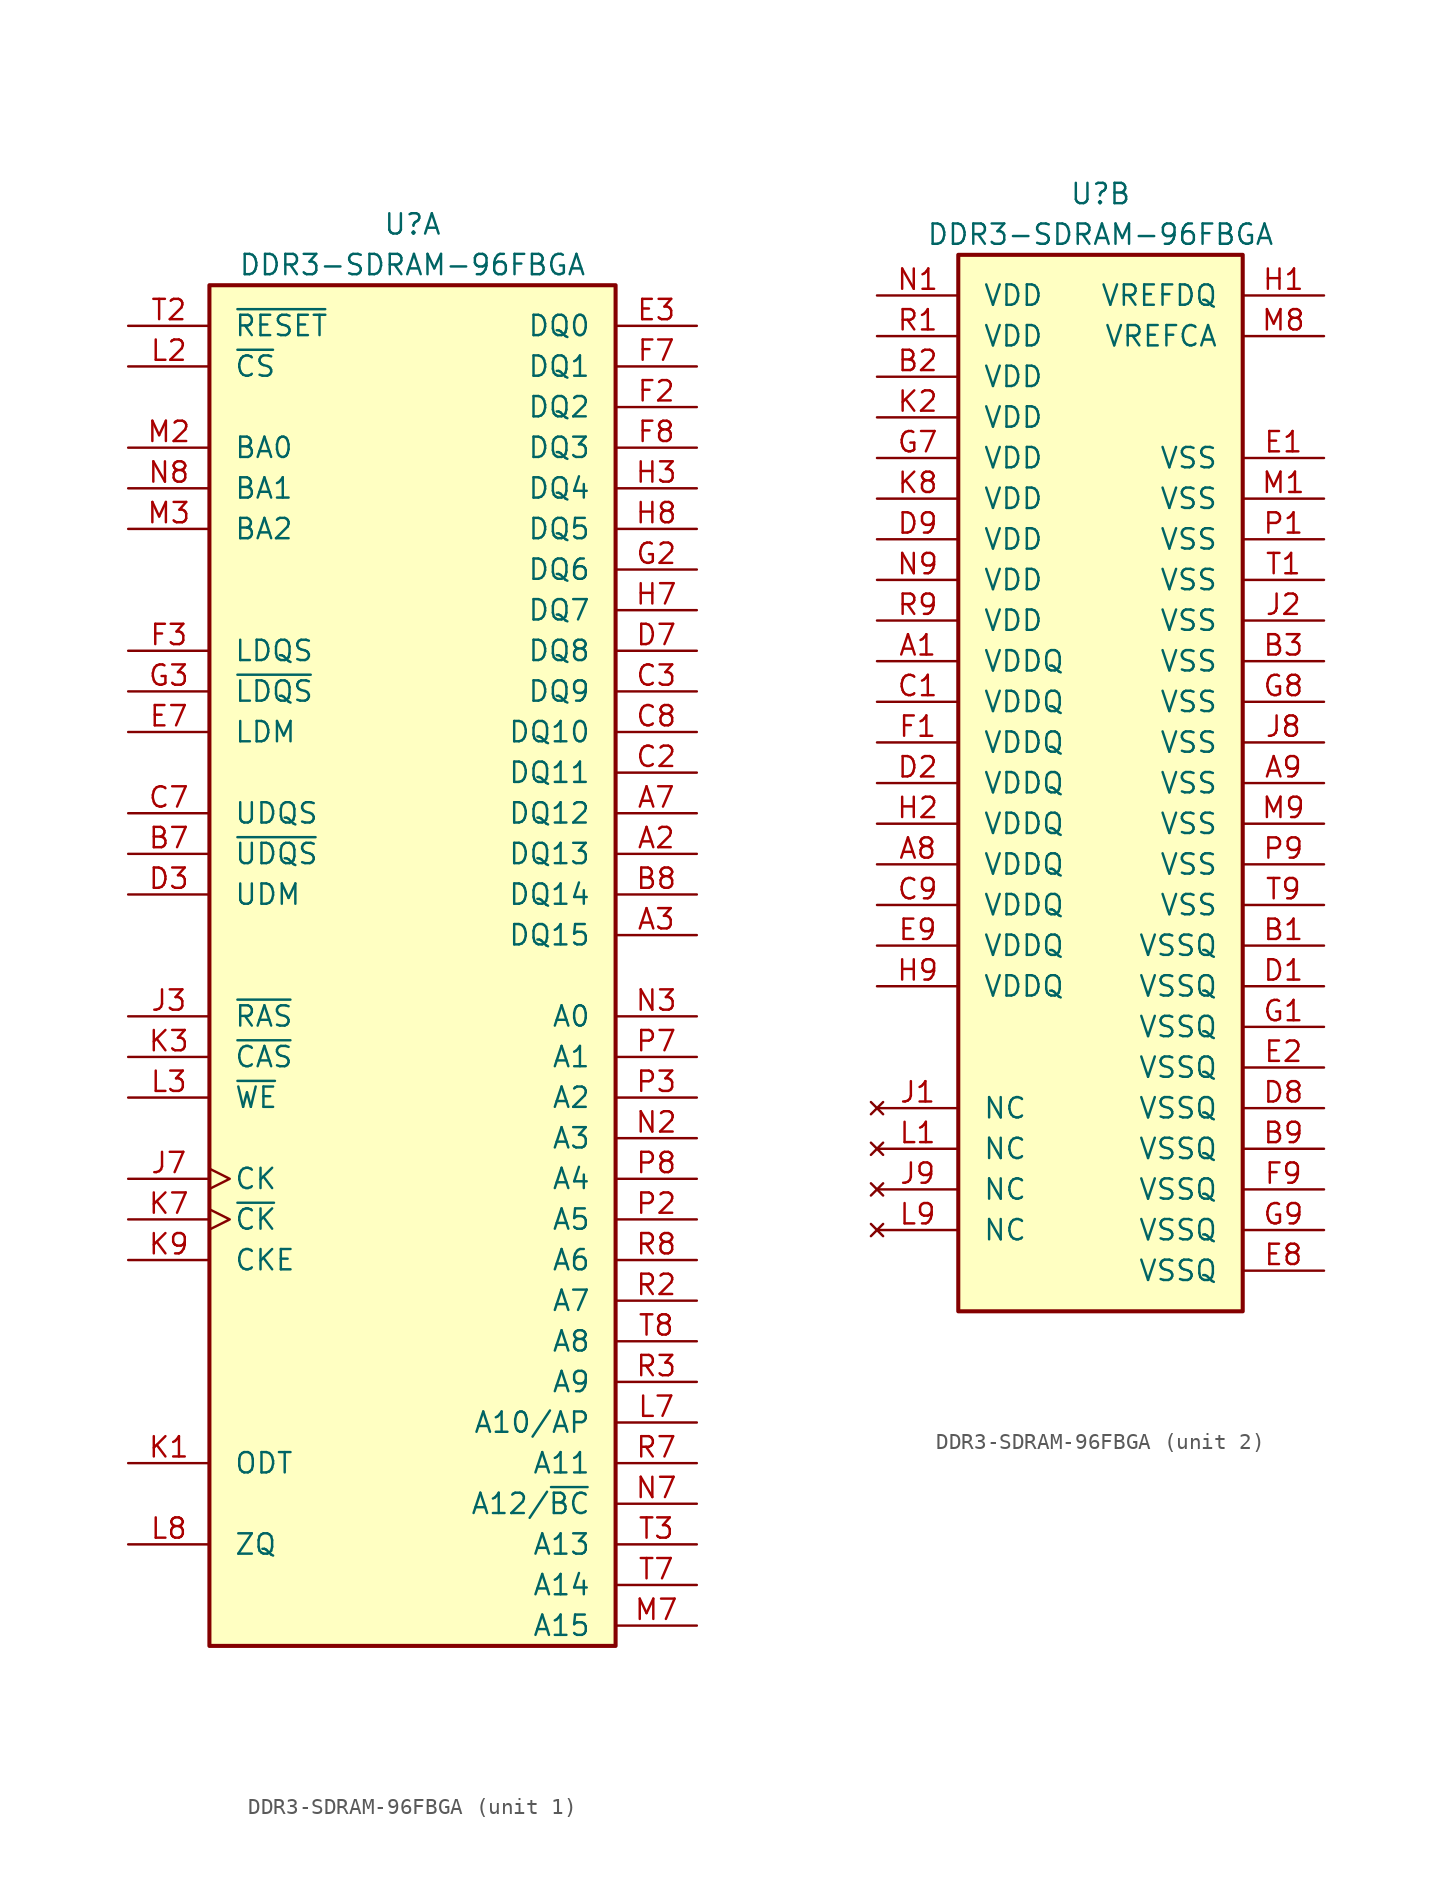
<source format=kicad_sym>
(kicad_symbol_lib
  (version 20211014)
  (generator kicad_symbol_editor)
  (symbol "DDR3-SDRAM-96FBGA"
    (pin_names
      (offset 1.524))
    (property "Reference" "U"
      (at 0 44.45 0)
      (effects (font (size 1.27 1.27))))
    (property "Value" "DDR3-SDRAM-96FBGA"
      (at 0 41.91 0)
      (effects (font (size 1.27 1.27))))
    (property "ki_locked" ""
      (at 0 0 0)
      (effects (font (size 1.27 1.27))))
    (symbol "DDR3-SDRAM-96FBGA_1_1"
      (rectangle (start -12.7 40.64) (end 12.7 -44.45) (stroke (width 0.254) (type default) (color 0 0 0 0)) (fill (type background)))
      (pin bidirectional line (at 17.78 5.08 180) (length 5.08) (name "DQ13" (effects (font (size 1.27 1.27)))) (number "A2" (effects (font (size 1.27 1.27)))))
      (pin bidirectional line (at 17.78 0 180) (length 5.08) (name "DQ15" (effects (font (size 1.27 1.27)))) (number "A3" (effects (font (size 1.27 1.27)))))
      (pin bidirectional line (at 17.78 7.62 180) (length 5.08) (name "DQ12" (effects (font (size 1.27 1.27)))) (number "A7" (effects (font (size 1.27 1.27)))))
      (pin input line (at -17.78 5.08 0) (length 5.08) (name "~{UDQS}" (effects (font (size 1.27 1.27)))) (number "B7" (effects (font (size 1.27 1.27)))))
      (pin bidirectional line (at 17.78 2.54 180) (length 5.08) (name "DQ14" (effects (font (size 1.27 1.27)))) (number "B8" (effects (font (size 1.27 1.27)))))
      (pin bidirectional line (at 17.78 10.16 180) (length 5.08) (name "DQ11" (effects (font (size 1.27 1.27)))) (number "C2" (effects (font (size 1.27 1.27)))))
      (pin bidirectional line (at 17.78 15.24 180) (length 5.08) (name "DQ9" (effects (font (size 1.27 1.27)))) (number "C3" (effects (font (size 1.27 1.27)))))
      (pin input line (at -17.78 7.62 0) (length 5.08) (name "UDQS" (effects (font (size 1.27 1.27)))) (number "C7" (effects (font (size 1.27 1.27)))))
      (pin bidirectional line (at 17.78 12.7 180) (length 5.08) (name "DQ10" (effects (font (size 1.27 1.27)))) (number "C8" (effects (font (size 1.27 1.27)))))
      (pin input line (at -17.78 2.54 0) (length 5.08) (name "UDM" (effects (font (size 1.27 1.27)))) (number "D3" (effects (font (size 1.27 1.27)))))
      (pin bidirectional line (at 17.78 17.78 180) (length 5.08) (name "DQ8" (effects (font (size 1.27 1.27)))) (number "D7" (effects (font (size 1.27 1.27)))))
      (pin bidirectional line (at 17.78 38.1 180) (length 5.08) (name "DQ0" (effects (font (size 1.27 1.27)))) (number "E3" (effects (font (size 1.27 1.27)))))
      (pin input line (at -17.78 12.7 0) (length 5.08) (name "LDM" (effects (font (size 1.27 1.27)))) (number "E7" (effects (font (size 1.27 1.27)))))
      (pin bidirectional line (at 17.78 33.02 180) (length 5.08) (name "DQ2" (effects (font (size 1.27 1.27)))) (number "F2" (effects (font (size 1.27 1.27)))))
      (pin input line (at -17.78 17.78 0) (length 5.08) (name "LDQS" (effects (font (size 1.27 1.27)))) (number "F3" (effects (font (size 1.27 1.27)))))
      (pin bidirectional line (at 17.78 35.56 180) (length 5.08) (name "DQ1" (effects (font (size 1.27 1.27)))) (number "F7" (effects (font (size 1.27 1.27)))))
      (pin bidirectional line (at 17.78 30.48 180) (length 5.08) (name "DQ3" (effects (font (size 1.27 1.27)))) (number "F8" (effects (font (size 1.27 1.27)))))
      (pin bidirectional line (at 17.78 22.86 180) (length 5.08) (name "DQ6" (effects (font (size 1.27 1.27)))) (number "G2" (effects (font (size 1.27 1.27)))))
      (pin input line (at -17.78 15.24 0) (length 5.08) (name "~{LDQS}" (effects (font (size 1.27 1.27)))) (number "G3" (effects (font (size 1.27 1.27)))))
      (pin bidirectional line (at 17.78 27.94 180) (length 5.08) (name "DQ4" (effects (font (size 1.27 1.27)))) (number "H3" (effects (font (size 1.27 1.27)))))
      (pin bidirectional line (at 17.78 20.32 180) (length 5.08) (name "DQ7" (effects (font (size 1.27 1.27)))) (number "H7" (effects (font (size 1.27 1.27)))))
      (pin bidirectional line (at 17.78 25.4 180) (length 5.08) (name "DQ5" (effects (font (size 1.27 1.27)))) (number "H8" (effects (font (size 1.27 1.27)))))
      (pin input line (at -17.78 -5.08 0) (length 5.08) (name "~{RAS}" (effects (font (size 1.27 1.27)))) (number "J3" (effects (font (size 1.27 1.27)))))
      (pin input clock (at -17.78 -15.24 0) (length 5.08) (name "CK" (effects (font (size 1.27 1.27)))) (number "J7" (effects (font (size 1.27 1.27)))))
      (pin input line (at -17.78 -33.02 0) (length 5.08) (name "ODT" (effects (font (size 1.27 1.27)))) (number "K1" (effects (font (size 1.27 1.27)))))
      (pin input line (at -17.78 -7.62 0) (length 5.08) (name "~{CAS}" (effects (font (size 1.27 1.27)))) (number "K3" (effects (font (size 1.27 1.27)))))
      (pin input clock (at -17.78 -17.78 0) (length 5.08) (name "~{CK}" (effects (font (size 1.27 1.27)))) (number "K7" (effects (font (size 1.27 1.27)))))
      (pin input line (at -17.78 -20.32 0) (length 5.08) (name "CKE" (effects (font (size 1.27 1.27)))) (number "K9" (effects (font (size 1.27 1.27)))))
      (pin input line (at -17.78 35.56 0) (length 5.08) (name "~{CS}" (effects (font (size 1.27 1.27)))) (number "L2" (effects (font (size 1.27 1.27)))))
      (pin input line (at -17.78 -10.16 0) (length 5.08) (name "~{WE}" (effects (font (size 1.27 1.27)))) (number "L3" (effects (font (size 1.27 1.27)))))
      (pin input line (at 17.78 -30.48 180) (length 5.08) (name "A10/AP" (effects (font (size 1.27 1.27)))) (number "L7" (effects (font (size 1.27 1.27)))))
      (pin input line (at -17.78 -38.1 0) (length 5.08) (name "ZQ" (effects (font (size 1.27 1.27)))) (number "L8" (effects (font (size 1.27 1.27)))))
      (pin input line (at -17.78 30.48 0) (length 5.08) (name "BA0" (effects (font (size 1.27 1.27)))) (number "M2" (effects (font (size 1.27 1.27)))))
      (pin input line (at -17.78 25.4 0) (length 5.08) (name "BA2" (effects (font (size 1.27 1.27)))) (number "M3" (effects (font (size 1.27 1.27)))))
      (pin input line (at 17.78 -43.18 180) (length 5.08) (name "A15" (effects (font (size 1.27 1.27)))) (number "M7" (effects (font (size 1.27 1.27)))))
      (pin input line (at 17.78 -12.7 180) (length 5.08) (name "A3" (effects (font (size 1.27 1.27)))) (number "N2" (effects (font (size 1.27 1.27)))))
      (pin input line (at 17.78 -5.08 180) (length 5.08) (name "A0" (effects (font (size 1.27 1.27)))) (number "N3" (effects (font (size 1.27 1.27)))))
      (pin input line (at 17.78 -35.56 180) (length 5.08) (name "A12/~{BC}" (effects (font (size 1.27 1.27)))) (number "N7" (effects (font (size 1.27 1.27)))))
      (pin input line (at -17.78 27.94 0) (length 5.08) (name "BA1" (effects (font (size 1.27 1.27)))) (number "N8" (effects (font (size 1.27 1.27)))))
      (pin input line (at 17.78 -17.78 180) (length 5.08) (name "A5" (effects (font (size 1.27 1.27)))) (number "P2" (effects (font (size 1.27 1.27)))))
      (pin input line (at 17.78 -10.16 180) (length 5.08) (name "A2" (effects (font (size 1.27 1.27)))) (number "P3" (effects (font (size 1.27 1.27)))))
      (pin input line (at 17.78 -7.62 180) (length 5.08) (name "A1" (effects (font (size 1.27 1.27)))) (number "P7" (effects (font (size 1.27 1.27)))))
      (pin input line (at 17.78 -15.24 180) (length 5.08) (name "A4" (effects (font (size 1.27 1.27)))) (number "P8" (effects (font (size 1.27 1.27)))))
      (pin input line (at 17.78 -22.86 180) (length 5.08) (name "A7" (effects (font (size 1.27 1.27)))) (number "R2" (effects (font (size 1.27 1.27)))))
      (pin input line (at 17.78 -27.94 180) (length 5.08) (name "A9" (effects (font (size 1.27 1.27)))) (number "R3" (effects (font (size 1.27 1.27)))))
      (pin input line (at 17.78 -33.02 180) (length 5.08) (name "A11" (effects (font (size 1.27 1.27)))) (number "R7" (effects (font (size 1.27 1.27)))))
      (pin input line (at 17.78 -20.32 180) (length 5.08) (name "A6" (effects (font (size 1.27 1.27)))) (number "R8" (effects (font (size 1.27 1.27)))))
      (pin input line (at -17.78 38.1 0) (length 5.08) (name "~{RESET}" (effects (font (size 1.27 1.27)))) (number "T2" (effects (font (size 1.27 1.27)))))
      (pin input line (at 17.78 -38.1 180) (length 5.08) (name "A13" (effects (font (size 1.27 1.27)))) (number "T3" (effects (font (size 1.27 1.27)))))
      (pin input line (at 17.78 -40.64 180) (length 5.08) (name "A14" (effects (font (size 1.27 1.27)))) (number "T7" (effects (font (size 1.27 1.27)))))
      (pin input line (at 17.78 -25.4 180) (length 5.08) (name "A8" (effects (font (size 1.27 1.27)))) (number "T8" (effects (font (size 1.27 1.27))))))
    (symbol "DDR3-SDRAM-96FBGA_2_1"
      (rectangle (start -8.89 40.64) (end 8.89 -25.4) (stroke (width 0.254) (type default) (color 0 0 0 0)) (fill (type background)))
      (pin power_in line (at -13.97 15.24 0) (length 5.08) (name "VDDQ" (effects (font (size 1.27 1.27)))) (number "A1" (effects (font (size 1.27 1.27)))))
      (pin power_in line (at -13.97 2.54 0) (length 5.08) (name "VDDQ" (effects (font (size 1.27 1.27)))) (number "A8" (effects (font (size 1.27 1.27)))))
      (pin power_in line (at 13.97 7.62 180) (length 5.08) (name "VSS" (effects (font (size 1.27 1.27)))) (number "A9" (effects (font (size 1.27 1.27)))))
      (pin power_in line (at 13.97 -2.54 180) (length 5.08) (name "VSSQ" (effects (font (size 1.27 1.27)))) (number "B1" (effects (font (size 1.27 1.27)))))
      (pin power_in line (at -13.97 33.02 0) (length 5.08) (name "VDD" (effects (font (size 1.27 1.27)))) (number "B2" (effects (font (size 1.27 1.27)))))
      (pin power_in line (at 13.97 15.24 180) (length 5.08) (name "VSS" (effects (font (size 1.27 1.27)))) (number "B3" (effects (font (size 1.27 1.27)))))
      (pin power_in line (at 13.97 -15.24 180) (length 5.08) (name "VSSQ" (effects (font (size 1.27 1.27)))) (number "B9" (effects (font (size 1.27 1.27)))))
      (pin power_in line (at -13.97 12.7 0) (length 5.08) (name "VDDQ" (effects (font (size 1.27 1.27)))) (number "C1" (effects (font (size 1.27 1.27)))))
      (pin power_in line (at -13.97 0 0) (length 5.08) (name "VDDQ" (effects (font (size 1.27 1.27)))) (number "C9" (effects (font (size 1.27 1.27)))))
      (pin power_in line (at 13.97 -5.08 180) (length 5.08) (name "VSSQ" (effects (font (size 1.27 1.27)))) (number "D1" (effects (font (size 1.27 1.27)))))
      (pin power_in line (at -13.97 7.62 0) (length 5.08) (name "VDDQ" (effects (font (size 1.27 1.27)))) (number "D2" (effects (font (size 1.27 1.27)))))
      (pin power_in line (at 13.97 -12.7 180) (length 5.08) (name "VSSQ" (effects (font (size 1.27 1.27)))) (number "D8" (effects (font (size 1.27 1.27)))))
      (pin power_in line (at -13.97 22.86 0) (length 5.08) (name "VDD" (effects (font (size 1.27 1.27)))) (number "D9" (effects (font (size 1.27 1.27)))))
      (pin power_in line (at 13.97 27.94 180) (length 5.08) (name "VSS" (effects (font (size 1.27 1.27)))) (number "E1" (effects (font (size 1.27 1.27)))))
      (pin power_in line (at 13.97 -10.16 180) (length 5.08) (name "VSSQ" (effects (font (size 1.27 1.27)))) (number "E2" (effects (font (size 1.27 1.27)))))
      (pin power_in line (at 13.97 -22.86 180) (length 5.08) (name "VSSQ" (effects (font (size 1.27 1.27)))) (number "E8" (effects (font (size 1.27 1.27)))))
      (pin power_in line (at -13.97 -2.54 0) (length 5.08) (name "VDDQ" (effects (font (size 1.27 1.27)))) (number "E9" (effects (font (size 1.27 1.27)))))
      (pin power_in line (at -13.97 10.16 0) (length 5.08) (name "VDDQ" (effects (font (size 1.27 1.27)))) (number "F1" (effects (font (size 1.27 1.27)))))
      (pin power_in line (at 13.97 -17.78 180) (length 5.08) (name "VSSQ" (effects (font (size 1.27 1.27)))) (number "F9" (effects (font (size 1.27 1.27)))))
      (pin power_in line (at 13.97 -7.62 180) (length 5.08) (name "VSSQ" (effects (font (size 1.27 1.27)))) (number "G1" (effects (font (size 1.27 1.27)))))
      (pin power_in line (at -13.97 27.94 0) (length 5.08) (name "VDD" (effects (font (size 1.27 1.27)))) (number "G7" (effects (font (size 1.27 1.27)))))
      (pin power_in line (at 13.97 12.7 180) (length 5.08) (name "VSS" (effects (font (size 1.27 1.27)))) (number "G8" (effects (font (size 1.27 1.27)))))
      (pin power_in line (at 13.97 -20.32 180) (length 5.08) (name "VSSQ" (effects (font (size 1.27 1.27)))) (number "G9" (effects (font (size 1.27 1.27)))))
      (pin power_in line (at 13.97 38.1 180) (length 5.08) (name "VREFDQ" (effects (font (size 1.27 1.27)))) (number "H1" (effects (font (size 1.27 1.27)))))
      (pin power_in line (at -13.97 5.08 0) (length 5.08) (name "VDDQ" (effects (font (size 1.27 1.27)))) (number "H2" (effects (font (size 1.27 1.27)))))
      (pin power_in line (at -13.97 -5.08 0) (length 5.08) (name "VDDQ" (effects (font (size 1.27 1.27)))) (number "H9" (effects (font (size 1.27 1.27)))))
      (pin no_connect line (at -13.97 -12.7 0) (length 5.08) (name "NC" (effects (font (size 1.27 1.27)))) (number "J1" (effects (font (size 1.27 1.27)))))
      (pin power_in line (at 13.97 17.78 180) (length 5.08) (name "VSS" (effects (font (size 1.27 1.27)))) (number "J2" (effects (font (size 1.27 1.27)))))
      (pin power_in line (at 13.97 10.16 180) (length 5.08) (name "VSS" (effects (font (size 1.27 1.27)))) (number "J8" (effects (font (size 1.27 1.27)))))
      (pin no_connect line (at -13.97 -17.78 0) (length 5.08) (name "NC" (effects (font (size 1.27 1.27)))) (number "J9" (effects (font (size 1.27 1.27)))))
      (pin power_in line (at -13.97 30.48 0) (length 5.08) (name "VDD" (effects (font (size 1.27 1.27)))) (number "K2" (effects (font (size 1.27 1.27)))))
      (pin power_in line (at -13.97 25.4 0) (length 5.08) (name "VDD" (effects (font (size 1.27 1.27)))) (number "K8" (effects (font (size 1.27 1.27)))))
      (pin no_connect line (at -13.97 -15.24 0) (length 5.08) (name "NC" (effects (font (size 1.27 1.27)))) (number "L1" (effects (font (size 1.27 1.27)))))
      (pin no_connect line (at -13.97 -20.32 0) (length 5.08) (name "NC" (effects (font (size 1.27 1.27)))) (number "L9" (effects (font (size 1.27 1.27)))))
      (pin power_in line (at 13.97 25.4 180) (length 5.08) (name "VSS" (effects (font (size 1.27 1.27)))) (number "M1" (effects (font (size 1.27 1.27)))))
      (pin power_in line (at 13.97 35.56 180) (length 5.08) (name "VREFCA" (effects (font (size 1.27 1.27)))) (number "M8" (effects (font (size 1.27 1.27)))))
      (pin power_in line (at 13.97 5.08 180) (length 5.08) (name "VSS" (effects (font (size 1.27 1.27)))) (number "M9" (effects (font (size 1.27 1.27)))))
      (pin power_in line (at -13.97 38.1 0) (length 5.08) (name "VDD" (effects (font (size 1.27 1.27)))) (number "N1" (effects (font (size 1.27 1.27)))))
      (pin power_in line (at -13.97 20.32 0) (length 5.08) (name "VDD" (effects (font (size 1.27 1.27)))) (number "N9" (effects (font (size 1.27 1.27)))))
      (pin power_in line (at 13.97 22.86 180) (length 5.08) (name "VSS" (effects (font (size 1.27 1.27)))) (number "P1" (effects (font (size 1.27 1.27)))))
      (pin power_in line (at 13.97 2.54 180) (length 5.08) (name "VSS" (effects (font (size 1.27 1.27)))) (number "P9" (effects (font (size 1.27 1.27)))))
      (pin power_in line (at -13.97 35.56 0) (length 5.08) (name "VDD" (effects (font (size 1.27 1.27)))) (number "R1" (effects (font (size 1.27 1.27)))))
      (pin power_in line (at -13.97 17.78 0) (length 5.08) (name "VDD" (effects (font (size 1.27 1.27)))) (number "R9" (effects (font (size 1.27 1.27)))))
      (pin power_in line (at 13.97 20.32 180) (length 5.08) (name "VSS" (effects (font (size 1.27 1.27)))) (number "T1" (effects (font (size 1.27 1.27)))))
      (pin power_in line (at 13.97 0 180) (length 5.08) (name "VSS" (effects (font (size 1.27 1.27)))) (number "T9" (effects (font (size 1.27 1.27))))))))
</source>
